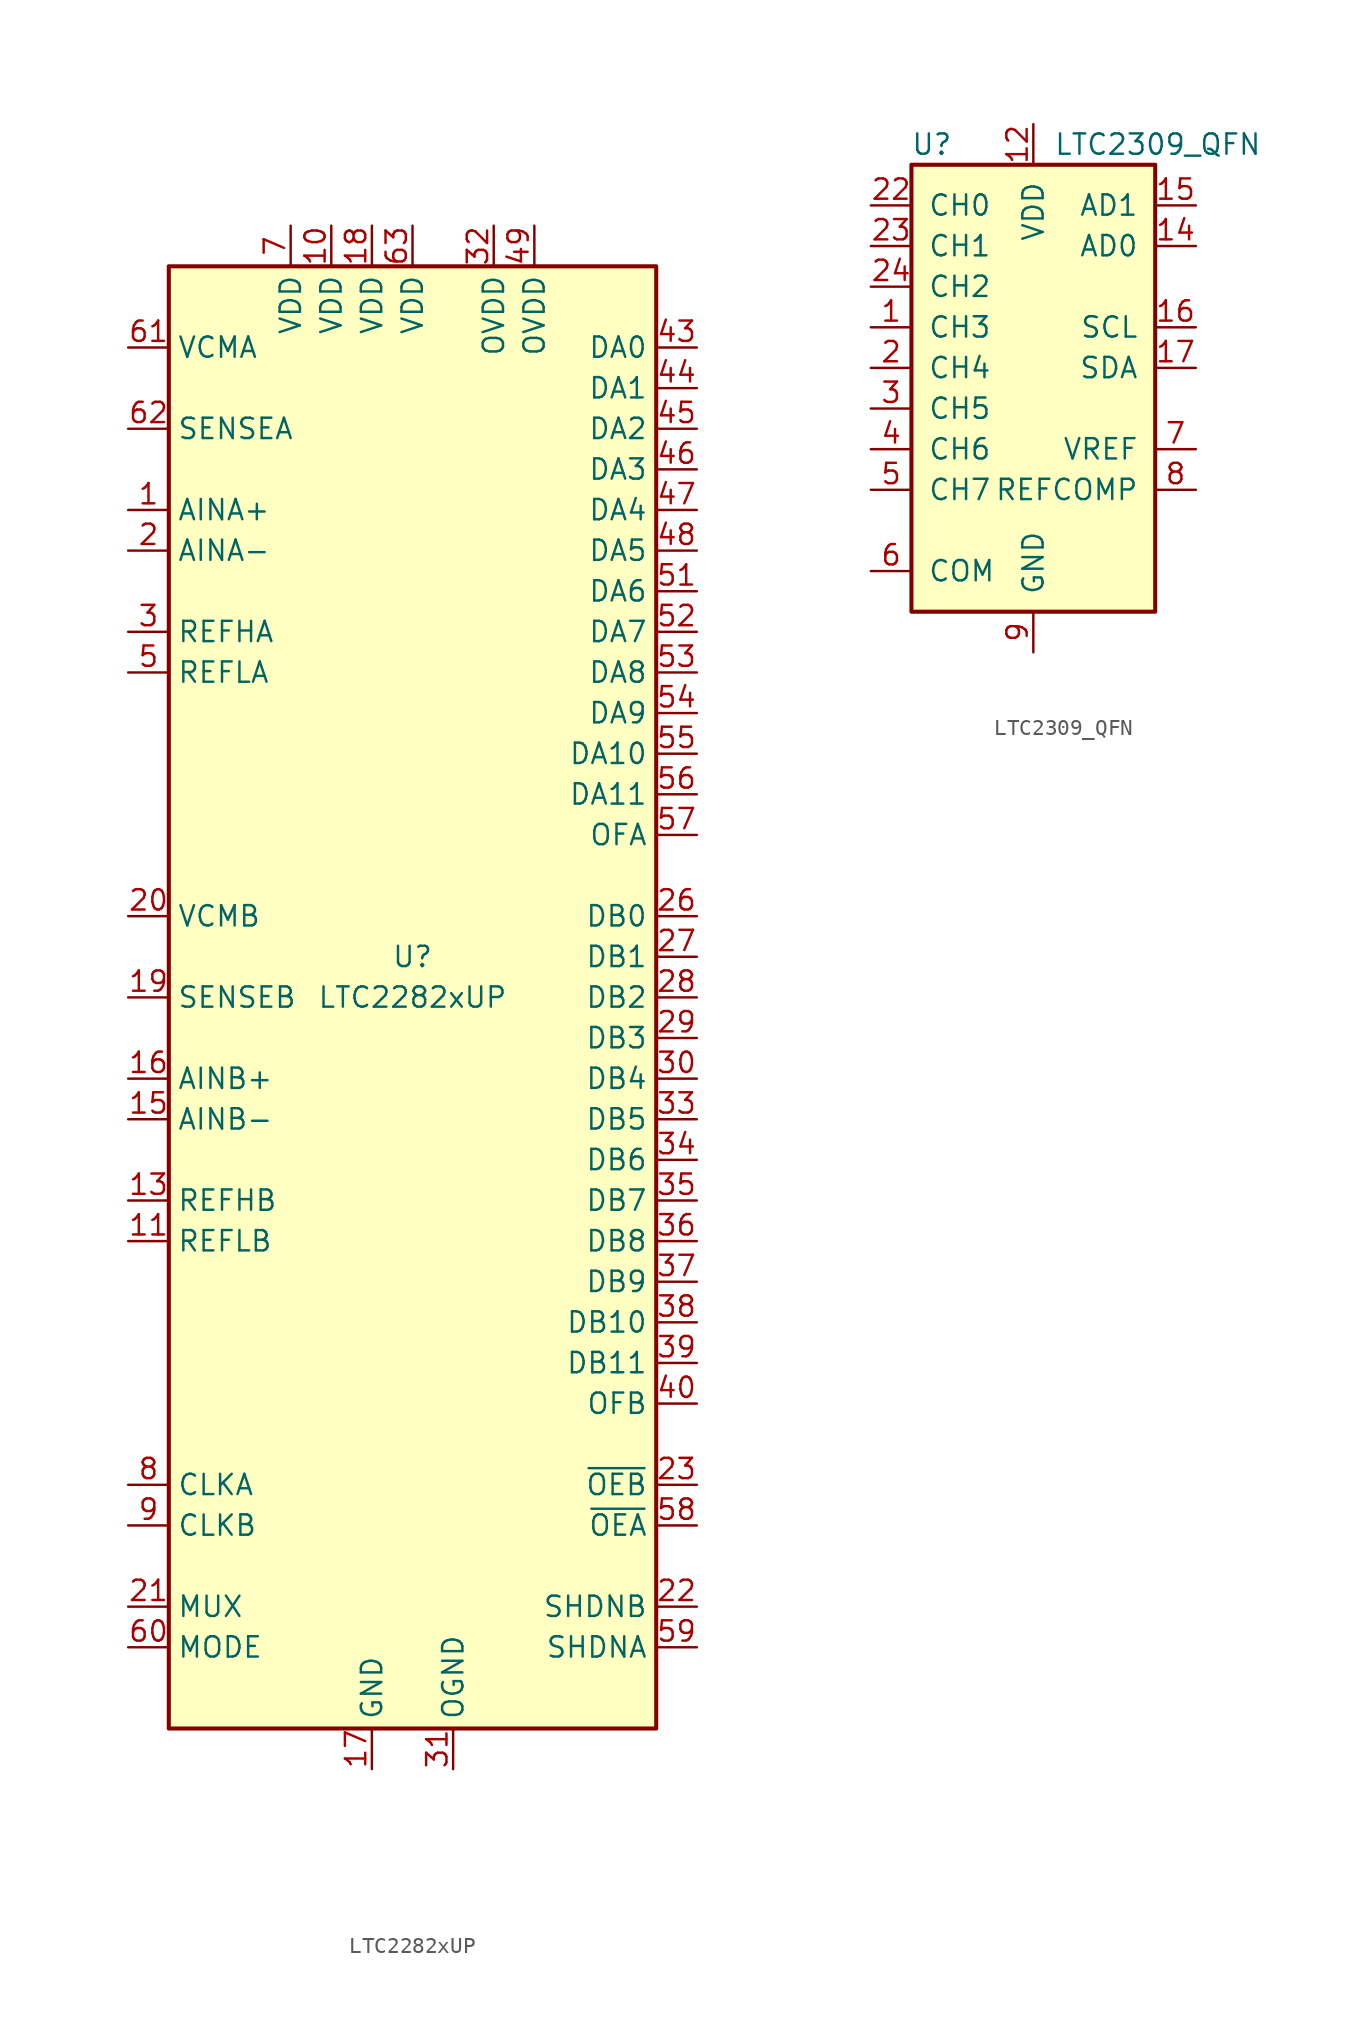
<source format=kicad_sym>
(kicad_symbol_lib
  (version 20201005)
  (generator kicad_symbol_editor)
  (symbol "LTC2282xUP"
    (property "Reference" "U"
      (at 0 2.54 0)
      (effects (font (size 1.27 1.27))))
    (property "Value" "LTC2282xUP"
      (at 0 0 0)
      (effects (font (size 1.27 1.27))))
    (symbol "LTC2282xUP_0_1"
      (rectangle (start -15.24 45.72) (end 15.24 -45.72) (stroke (width 0.254)) (fill (type background))))
    (symbol "LTC2282xUP_1_1"
      (pin input line (at -17.78 30.48 0) (length 2.54) (name "AINA+" (effects (font (size 1.27 1.27)))) (number "1" (effects (font (size 1.27 1.27)))))
      (pin power_in line (at -5.08 48.26 270) (length 2.54) (name "VDD" (effects (font (size 1.27 1.27)))) (number "10" (effects (font (size 1.27 1.27)))))
      (pin input line (at -17.78 -15.24 0) (length 2.54) (name "REFLB" (effects (font (size 1.27 1.27)))) (number "11" (effects (font (size 1.27 1.27)))))
      (pin input line (at -17.78 -15.24 0) (length 2.54) hide (name "REFLB" (effects (font (size 1.27 1.27)))) (number "12" (effects (font (size 1.27 1.27)))))
      (pin input line (at -17.78 -12.7 0) (length 2.54) (name "REFHB" (effects (font (size 1.27 1.27)))) (number "13" (effects (font (size 1.27 1.27)))))
      (pin input line (at -17.78 -12.7 0) (length 2.54) hide (name "REFHB" (effects (font (size 1.27 1.27)))) (number "14" (effects (font (size 1.27 1.27)))))
      (pin input line (at -17.78 -7.62 0) (length 2.54) (name "AINB-" (effects (font (size 1.27 1.27)))) (number "15" (effects (font (size 1.27 1.27)))))
      (pin input line (at -17.78 -5.08 0) (length 2.54) (name "AINB+" (effects (font (size 1.27 1.27)))) (number "16" (effects (font (size 1.27 1.27)))))
      (pin power_in line (at -2.54 -48.26 90) (length 2.54) (name "GND" (effects (font (size 1.27 1.27)))) (number "17" (effects (font (size 1.27 1.27)))))
      (pin power_in line (at -2.54 48.26 270) (length 2.54) (name "VDD" (effects (font (size 1.27 1.27)))) (number "18" (effects (font (size 1.27 1.27)))))
      (pin input line (at -17.78 0 0) (length 2.54) (name "SENSEB" (effects (font (size 1.27 1.27)))) (number "19" (effects (font (size 1.27 1.27)))))
      (pin input line (at -17.78 27.94 0) (length 2.54) (name "AINA-" (effects (font (size 1.27 1.27)))) (number "2" (effects (font (size 1.27 1.27)))))
      (pin passive line (at -17.78 5.08 0) (length 2.54) (name "VCMB" (effects (font (size 1.27 1.27)))) (number "20" (effects (font (size 1.27 1.27)))))
      (pin input line (at -17.78 -38.1 0) (length 2.54) (name "MUX" (effects (font (size 1.27 1.27)))) (number "21" (effects (font (size 1.27 1.27)))))
      (pin input line (at 17.78 -38.1 180) (length 2.54) (name "SHDNB" (effects (font (size 1.27 1.27)))) (number "22" (effects (font (size 1.27 1.27)))))
      (pin input line (at 17.78 -30.48 180) (length 2.54) (name "~OEB" (effects (font (size 1.27 1.27)))) (number "23" (effects (font (size 1.27 1.27)))))
      (pin no_connect line (at -15.24 -20.32 0) (length 2.54) hide (name "NC" (effects (font (size 1.27 1.27)))) (number "24" (effects (font (size 1.27 1.27)))))
      (pin no_connect line (at -15.24 -22.86 0) (length 2.54) hide (name "NC" (effects (font (size 1.27 1.27)))) (number "25" (effects (font (size 1.27 1.27)))))
      (pin output line (at 17.78 5.08 180) (length 2.54) (name "DB0" (effects (font (size 1.27 1.27)))) (number "26" (effects (font (size 1.27 1.27)))))
      (pin output line (at 17.78 2.54 180) (length 2.54) (name "DB1" (effects (font (size 1.27 1.27)))) (number "27" (effects (font (size 1.27 1.27)))))
      (pin output line (at 17.78 0 180) (length 2.54) (name "DB2" (effects (font (size 1.27 1.27)))) (number "28" (effects (font (size 1.27 1.27)))))
      (pin output line (at 17.78 -2.54 180) (length 2.54) (name "DB3" (effects (font (size 1.27 1.27)))) (number "29" (effects (font (size 1.27 1.27)))))
      (pin input line (at -17.78 22.86 0) (length 2.54) (name "REFHA" (effects (font (size 1.27 1.27)))) (number "3" (effects (font (size 1.27 1.27)))))
      (pin output line (at 17.78 -5.08 180) (length 2.54) (name "DB4" (effects (font (size 1.27 1.27)))) (number "30" (effects (font (size 1.27 1.27)))))
      (pin power_in line (at 2.54 -48.26 90) (length 2.54) (name "OGND" (effects (font (size 1.27 1.27)))) (number "31" (effects (font (size 1.27 1.27)))))
      (pin power_in line (at 5.08 48.26 270) (length 2.54) (name "OVDD" (effects (font (size 1.27 1.27)))) (number "32" (effects (font (size 1.27 1.27)))))
      (pin output line (at 17.78 -7.62 180) (length 2.54) (name "DB5" (effects (font (size 1.27 1.27)))) (number "33" (effects (font (size 1.27 1.27)))))
      (pin output line (at 17.78 -10.16 180) (length 2.54) (name "DB6" (effects (font (size 1.27 1.27)))) (number "34" (effects (font (size 1.27 1.27)))))
      (pin output line (at 17.78 -12.7 180) (length 2.54) (name "DB7" (effects (font (size 1.27 1.27)))) (number "35" (effects (font (size 1.27 1.27)))))
      (pin output line (at 17.78 -15.24 180) (length 2.54) (name "DB8" (effects (font (size 1.27 1.27)))) (number "36" (effects (font (size 1.27 1.27)))))
      (pin output line (at 17.78 -17.78 180) (length 2.54) (name "DB9" (effects (font (size 1.27 1.27)))) (number "37" (effects (font (size 1.27 1.27)))))
      (pin output line (at 17.78 -20.32 180) (length 2.54) (name "DB10" (effects (font (size 1.27 1.27)))) (number "38" (effects (font (size 1.27 1.27)))))
      (pin output line (at 17.78 -22.86 180) (length 2.54) (name "DB11" (effects (font (size 1.27 1.27)))) (number "39" (effects (font (size 1.27 1.27)))))
      (pin input line (at -17.78 22.86 0) (length 2.54) hide (name "REFHA" (effects (font (size 1.27 1.27)))) (number "4" (effects (font (size 1.27 1.27)))))
      (pin output line (at 17.78 -25.4 180) (length 2.54) (name "OFB" (effects (font (size 1.27 1.27)))) (number "40" (effects (font (size 1.27 1.27)))))
      (pin no_connect line (at -15.24 -25.4 0) (length 2.54) hide (name "NC" (effects (font (size 1.27 1.27)))) (number "41" (effects (font (size 1.27 1.27)))))
      (pin no_connect line (at -15.24 -27.94 0) (length 2.54) hide (name "NC" (effects (font (size 1.27 1.27)))) (number "42" (effects (font (size 1.27 1.27)))))
      (pin output line (at 17.78 40.64 180) (length 2.54) (name "DA0" (effects (font (size 1.27 1.27)))) (number "43" (effects (font (size 1.27 1.27)))))
      (pin output line (at 17.78 38.1 180) (length 2.54) (name "DA1" (effects (font (size 1.27 1.27)))) (number "44" (effects (font (size 1.27 1.27)))))
      (pin output line (at 17.78 35.56 180) (length 2.54) (name "DA2" (effects (font (size 1.27 1.27)))) (number "45" (effects (font (size 1.27 1.27)))))
      (pin output line (at 17.78 33.02 180) (length 2.54) (name "DA3" (effects (font (size 1.27 1.27)))) (number "46" (effects (font (size 1.27 1.27)))))
      (pin output line (at 17.78 30.48 180) (length 2.54) (name "DA4" (effects (font (size 1.27 1.27)))) (number "47" (effects (font (size 1.27 1.27)))))
      (pin output line (at 17.78 27.94 180) (length 2.54) (name "DA5" (effects (font (size 1.27 1.27)))) (number "48" (effects (font (size 1.27 1.27)))))
      (pin power_in line (at 7.62 48.26 270) (length 2.54) (name "OVDD" (effects (font (size 1.27 1.27)))) (number "49" (effects (font (size 1.27 1.27)))))
      (pin input line (at -17.78 20.32 0) (length 2.54) (name "REFLA" (effects (font (size 1.27 1.27)))) (number "5" (effects (font (size 1.27 1.27)))))
      (pin passive line (at 2.54 -48.26 90) (length 2.54) hide (name "OGND" (effects (font (size 1.27 1.27)))) (number "50" (effects (font (size 1.27 1.27)))))
      (pin output line (at 17.78 25.4 180) (length 2.54) (name "DA6" (effects (font (size 1.27 1.27)))) (number "51" (effects (font (size 1.27 1.27)))))
      (pin output line (at 17.78 22.86 180) (length 2.54) (name "DA7" (effects (font (size 1.27 1.27)))) (number "52" (effects (font (size 1.27 1.27)))))
      (pin output line (at 17.78 20.32 180) (length 2.54) (name "DA8" (effects (font (size 1.27 1.27)))) (number "53" (effects (font (size 1.27 1.27)))))
      (pin output line (at 17.78 17.78 180) (length 2.54) (name "DA9" (effects (font (size 1.27 1.27)))) (number "54" (effects (font (size 1.27 1.27)))))
      (pin output line (at 17.78 15.24 180) (length 2.54) (name "DA10" (effects (font (size 1.27 1.27)))) (number "55" (effects (font (size 1.27 1.27)))))
      (pin output line (at 17.78 12.7 180) (length 2.54) (name "DA11" (effects (font (size 1.27 1.27)))) (number "56" (effects (font (size 1.27 1.27)))))
      (pin output line (at 17.78 10.16 180) (length 2.54) (name "OFA" (effects (font (size 1.27 1.27)))) (number "57" (effects (font (size 1.27 1.27)))))
      (pin input line (at 17.78 -33.02 180) (length 2.54) (name "~OEA" (effects (font (size 1.27 1.27)))) (number "58" (effects (font (size 1.27 1.27)))))
      (pin input line (at 17.78 -40.64 180) (length 2.54) (name "SHDNA" (effects (font (size 1.27 1.27)))) (number "59" (effects (font (size 1.27 1.27)))))
      (pin input line (at -17.78 20.32 0) (length 2.54) hide (name "REFLA" (effects (font (size 1.27 1.27)))) (number "6" (effects (font (size 1.27 1.27)))))
      (pin input line (at -17.78 -40.64 0) (length 2.54) (name "MODE" (effects (font (size 1.27 1.27)))) (number "60" (effects (font (size 1.27 1.27)))))
      (pin passive line (at -17.78 40.64 0) (length 2.54) (name "VCMA" (effects (font (size 1.27 1.27)))) (number "61" (effects (font (size 1.27 1.27)))))
      (pin input line (at -17.78 35.56 0) (length 2.54) (name "SENSEA" (effects (font (size 1.27 1.27)))) (number "62" (effects (font (size 1.27 1.27)))))
      (pin power_in line (at 0 48.26 270) (length 2.54) (name "VDD" (effects (font (size 1.27 1.27)))) (number "63" (effects (font (size 1.27 1.27)))))
      (pin passive line (at -2.54 -48.26 90) (length 2.54) hide (name "GND" (effects (font (size 1.27 1.27)))) (number "64" (effects (font (size 1.27 1.27)))))
      (pin passive line (at -2.54 -48.26 90) (length 2.54) hide (name "GND" (effects (font (size 1.27 1.27)))) (number "65" (effects (font (size 1.27 1.27)))))
      (pin power_in line (at -7.62 48.26 270) (length 2.54) (name "VDD" (effects (font (size 1.27 1.27)))) (number "7" (effects (font (size 1.27 1.27)))))
      (pin input line (at -17.78 -30.48 0) (length 2.54) (name "CLKA" (effects (font (size 1.27 1.27)))) (number "8" (effects (font (size 1.27 1.27)))))
      (pin input line (at -17.78 -33.02 0) (length 2.54) (name "CLKB" (effects (font (size 1.27 1.27)))) (number "9" (effects (font (size 1.27 1.27)))))))
  (symbol "LTC2309_QFN"
    (pin_names
      (offset 1.016))
    (property "Reference" "U"
      (at -6.35 13.97 0)
      (effects (font (size 1.27 1.27))))
    (property "Value" "LTC2309_QFN"
      (at 1.27 13.97 0)
      (effects (font (size 1.27 1.27)) (justify left)))
    (symbol "LTC2309_QFN_0_1"
      (rectangle (start -7.62 12.7) (end 7.62 -15.24) (stroke (width 0.254)) (fill (type background)))
      (pin input line (at -10.16 -2.54 0) (length 2.54) (name "CH5" (effects (font (size 1.27 1.27)))) (number "3" (effects (font (size 1.27 1.27))))))
    (symbol "LTC2309_QFN_1_1"
      (pin input line (at -10.16 2.54 0) (length 2.54) (name "CH3" (effects (font (size 1.27 1.27)))) (number "1" (effects (font (size 1.27 1.27)))))
      (pin passive line (at 0 -17.78 90) (length 2.54) hide (name "GND" (effects (font (size 1.27 1.27)))) (number "10" (effects (font (size 1.27 1.27)))))
      (pin passive line (at 0 -17.78 90) (length 2.54) hide (name "GND" (effects (font (size 1.27 1.27)))) (number "11" (effects (font (size 1.27 1.27)))))
      (pin power_in line (at 0 15.24 270) (length 2.54) (name "VDD" (effects (font (size 1.27 1.27)))) (number "12" (effects (font (size 1.27 1.27)))))
      (pin passive line (at 0 15.24 270) (length 2.54) hide (name "VDD" (effects (font (size 1.27 1.27)))) (number "13" (effects (font (size 1.27 1.27)))))
      (pin input line (at 10.16 7.62 180) (length 2.54) (name "AD0" (effects (font (size 1.27 1.27)))) (number "14" (effects (font (size 1.27 1.27)))))
      (pin input line (at 10.16 10.16 180) (length 2.54) (name "AD1" (effects (font (size 1.27 1.27)))) (number "15" (effects (font (size 1.27 1.27)))))
      (pin input line (at 10.16 2.54 180) (length 2.54) (name "SCL" (effects (font (size 1.27 1.27)))) (number "16" (effects (font (size 1.27 1.27)))))
      (pin bidirectional line (at 10.16 0 180) (length 2.54) (name "SDA" (effects (font (size 1.27 1.27)))) (number "17" (effects (font (size 1.27 1.27)))))
      (pin passive line (at 0 -17.78 90) (length 2.54) hide (name "GND" (effects (font (size 1.27 1.27)))) (number "18" (effects (font (size 1.27 1.27)))))
      (pin passive line (at 0 -17.78 90) (length 2.54) hide (name "GND" (effects (font (size 1.27 1.27)))) (number "19" (effects (font (size 1.27 1.27)))))
      (pin input line (at -10.16 0 0) (length 2.54) (name "CH4" (effects (font (size 1.27 1.27)))) (number "2" (effects (font (size 1.27 1.27)))))
      (pin passive line (at 0 -17.78 90) (length 2.54) hide (name "GND" (effects (font (size 1.27 1.27)))) (number "20" (effects (font (size 1.27 1.27)))))
      (pin passive line (at 0 15.24 270) (length 2.54) hide (name "VDD" (effects (font (size 1.27 1.27)))) (number "21" (effects (font (size 1.27 1.27)))))
      (pin input line (at -10.16 10.16 0) (length 2.54) (name "CH0" (effects (font (size 1.27 1.27)))) (number "22" (effects (font (size 1.27 1.27)))))
      (pin input line (at -10.16 7.62 0) (length 2.54) (name "CH1" (effects (font (size 1.27 1.27)))) (number "23" (effects (font (size 1.27 1.27)))))
      (pin input line (at -10.16 5.08 0) (length 2.54) (name "CH2" (effects (font (size 1.27 1.27)))) (number "24" (effects (font (size 1.27 1.27)))))
      (pin passive line (at 0 -17.78 90) (length 2.54) hide (name "GND" (effects (font (size 1.27 1.27)))) (number "25" (effects (font (size 1.27 1.27)))))
      (pin input line (at -10.16 -5.08 0) (length 2.54) (name "CH6" (effects (font (size 1.27 1.27)))) (number "4" (effects (font (size 1.27 1.27)))))
      (pin input line (at -10.16 -7.62 0) (length 2.54) (name "CH7" (effects (font (size 1.27 1.27)))) (number "5" (effects (font (size 1.27 1.27)))))
      (pin input line (at -10.16 -12.7 0) (length 2.54) (name "COM" (effects (font (size 1.27 1.27)))) (number "6" (effects (font (size 1.27 1.27)))))
      (pin input line (at 10.16 -5.08 180) (length 2.54) (name "VREF" (effects (font (size 1.27 1.27)))) (number "7" (effects (font (size 1.27 1.27)))))
      (pin input line (at 10.16 -7.62 180) (length 2.54) (name "REFCOMP" (effects (font (size 1.27 1.27)))) (number "8" (effects (font (size 1.27 1.27)))))
      (pin power_in line (at 0 -17.78 90) (length 2.54) (name "GND" (effects (font (size 1.27 1.27)))) (number "9" (effects (font (size 1.27 1.27))))))))
</source>
